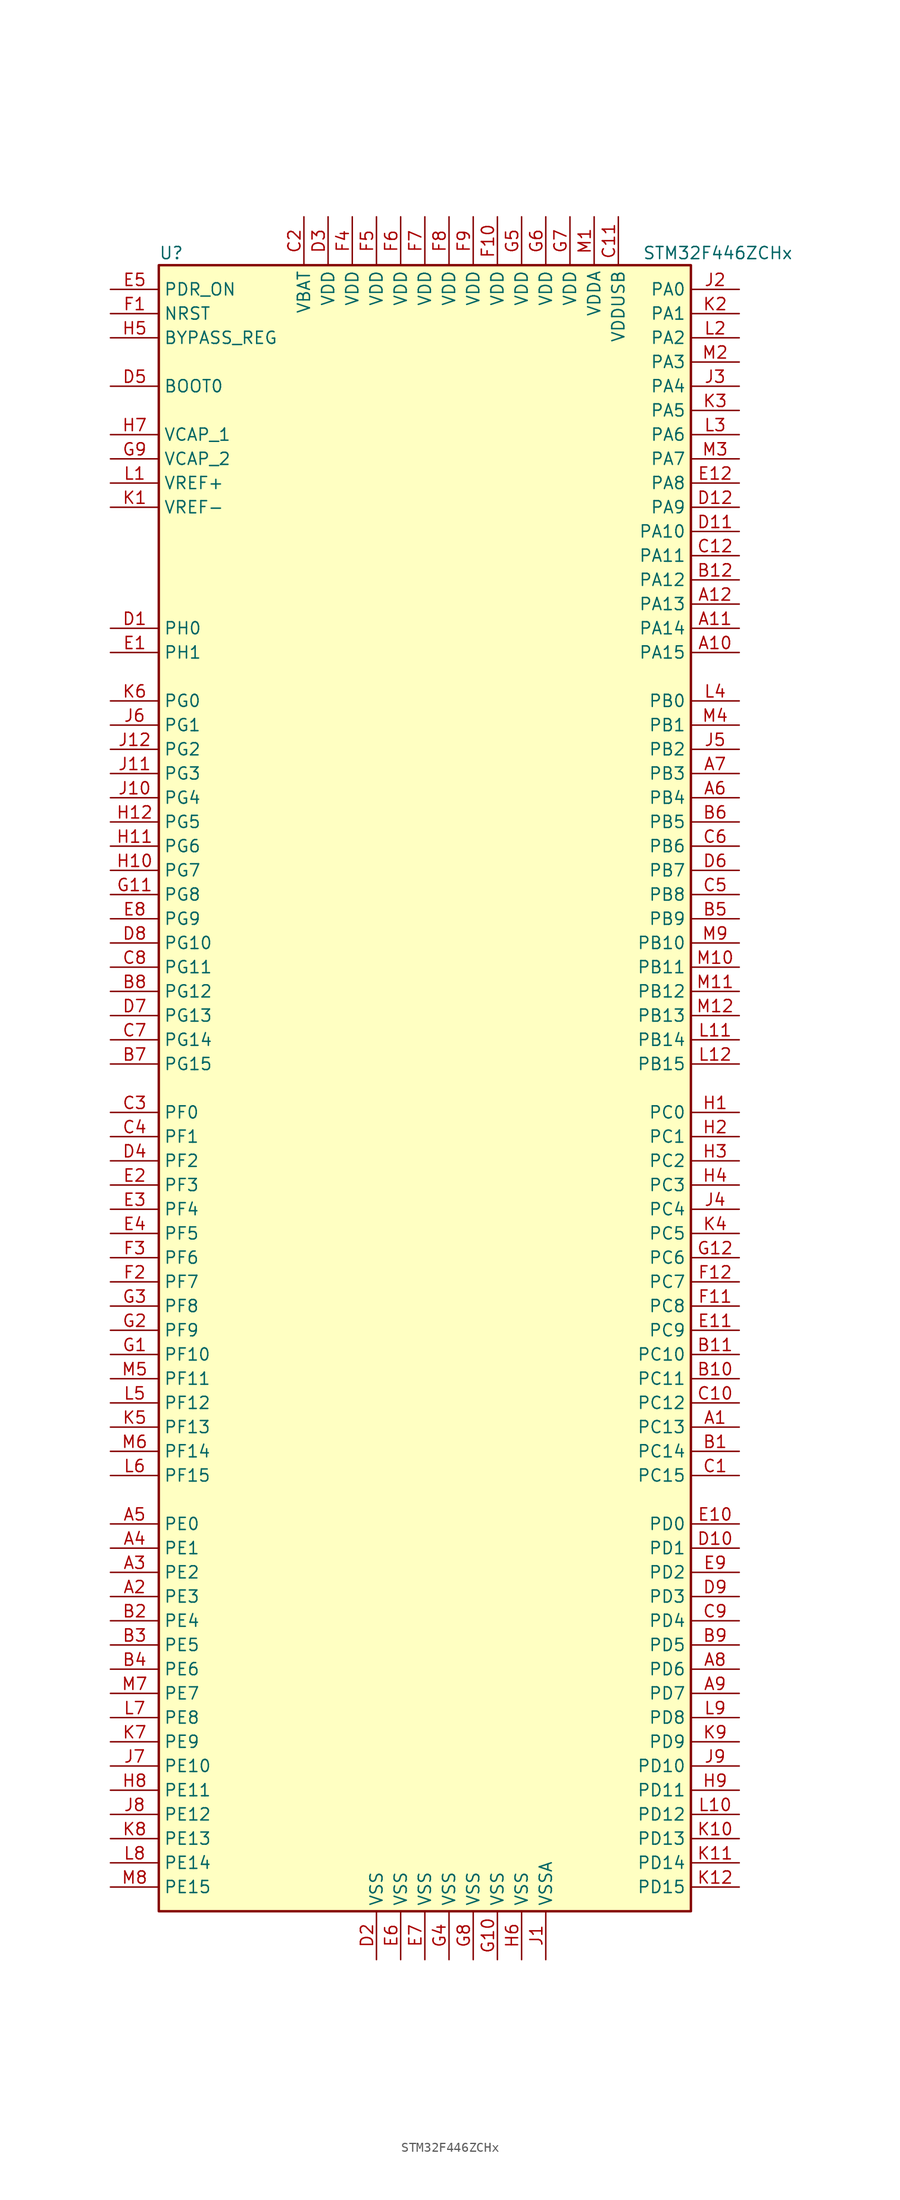
<source format=kicad_sym>
(kicad_symbol_lib
  (version 20211014)
  (generator kicad_symbol_editor)
  (symbol "STM32F446ZCHx"
    (property "Reference" "U"
      (at -27.94 87.63 0)
      (effects (font (size 1.27 1.27)) (justify left)))
    (property "Value" "STM32F446ZCHx"
      (at 22.86 87.63 0)
      (effects (font (size 1.27 1.27)) (justify left)))
    (symbol "STM32F446ZCHx_0_1"
      (rectangle (start -27.94 -86.36) (end 27.94 86.36) (stroke (width 0.254) (type default) (color 0 0 0 0)) (fill (type background))))
    (symbol "STM32F446ZCHx_1_1"
      (pin bidirectional line (at 33.02 -35.56 180) (length 5.08) (name "PC13" (effects (font (size 1.27 1.27)))) (number "A1" (effects (font (size 1.27 1.27)))))
      (pin bidirectional line (at 33.02 45.72 180) (length 5.08) (name "PA15" (effects (font (size 1.27 1.27)))) (number "A10" (effects (font (size 1.27 1.27)))))
      (pin bidirectional line (at 33.02 48.26 180) (length 5.08) (name "PA14" (effects (font (size 1.27 1.27)))) (number "A11" (effects (font (size 1.27 1.27)))))
      (pin bidirectional line (at 33.02 50.8 180) (length 5.08) (name "PA13" (effects (font (size 1.27 1.27)))) (number "A12" (effects (font (size 1.27 1.27)))))
      (pin bidirectional line (at -33.02 -53.34 0) (length 5.08) (name "PE3" (effects (font (size 1.27 1.27)))) (number "A2" (effects (font (size 1.27 1.27)))))
      (pin bidirectional line (at -33.02 -50.8 0) (length 5.08) (name "PE2" (effects (font (size 1.27 1.27)))) (number "A3" (effects (font (size 1.27 1.27)))))
      (pin bidirectional line (at -33.02 -48.26 0) (length 5.08) (name "PE1" (effects (font (size 1.27 1.27)))) (number "A4" (effects (font (size 1.27 1.27)))))
      (pin bidirectional line (at -33.02 -45.72 0) (length 5.08) (name "PE0" (effects (font (size 1.27 1.27)))) (number "A5" (effects (font (size 1.27 1.27)))))
      (pin bidirectional line (at 33.02 30.48 180) (length 5.08) (name "PB4" (effects (font (size 1.27 1.27)))) (number "A6" (effects (font (size 1.27 1.27)))))
      (pin bidirectional line (at 33.02 33.02 180) (length 5.08) (name "PB3" (effects (font (size 1.27 1.27)))) (number "A7" (effects (font (size 1.27 1.27)))))
      (pin bidirectional line (at 33.02 -60.96 180) (length 5.08) (name "PD6" (effects (font (size 1.27 1.27)))) (number "A8" (effects (font (size 1.27 1.27)))))
      (pin bidirectional line (at 33.02 -63.5 180) (length 5.08) (name "PD7" (effects (font (size 1.27 1.27)))) (number "A9" (effects (font (size 1.27 1.27)))))
      (pin bidirectional line (at 33.02 -38.1 180) (length 5.08) (name "PC14" (effects (font (size 1.27 1.27)))) (number "B1" (effects (font (size 1.27 1.27)))))
      (pin bidirectional line (at 33.02 -30.48 180) (length 5.08) (name "PC11" (effects (font (size 1.27 1.27)))) (number "B10" (effects (font (size 1.27 1.27)))))
      (pin bidirectional line (at 33.02 -27.94 180) (length 5.08) (name "PC10" (effects (font (size 1.27 1.27)))) (number "B11" (effects (font (size 1.27 1.27)))))
      (pin bidirectional line (at 33.02 53.34 180) (length 5.08) (name "PA12" (effects (font (size 1.27 1.27)))) (number "B12" (effects (font (size 1.27 1.27)))))
      (pin bidirectional line (at -33.02 -55.88 0) (length 5.08) (name "PE4" (effects (font (size 1.27 1.27)))) (number "B2" (effects (font (size 1.27 1.27)))))
      (pin bidirectional line (at -33.02 -58.42 0) (length 5.08) (name "PE5" (effects (font (size 1.27 1.27)))) (number "B3" (effects (font (size 1.27 1.27)))))
      (pin bidirectional line (at -33.02 -60.96 0) (length 5.08) (name "PE6" (effects (font (size 1.27 1.27)))) (number "B4" (effects (font (size 1.27 1.27)))))
      (pin bidirectional line (at 33.02 17.78 180) (length 5.08) (name "PB9" (effects (font (size 1.27 1.27)))) (number "B5" (effects (font (size 1.27 1.27)))))
      (pin bidirectional line (at 33.02 27.94 180) (length 5.08) (name "PB5" (effects (font (size 1.27 1.27)))) (number "B6" (effects (font (size 1.27 1.27)))))
      (pin bidirectional line (at -33.02 2.54 0) (length 5.08) (name "PG15" (effects (font (size 1.27 1.27)))) (number "B7" (effects (font (size 1.27 1.27)))))
      (pin bidirectional line (at -33.02 10.16 0) (length 5.08) (name "PG12" (effects (font (size 1.27 1.27)))) (number "B8" (effects (font (size 1.27 1.27)))))
      (pin bidirectional line (at 33.02 -58.42 180) (length 5.08) (name "PD5" (effects (font (size 1.27 1.27)))) (number "B9" (effects (font (size 1.27 1.27)))))
      (pin bidirectional line (at 33.02 -40.64 180) (length 5.08) (name "PC15" (effects (font (size 1.27 1.27)))) (number "C1" (effects (font (size 1.27 1.27)))))
      (pin bidirectional line (at 33.02 -33.02 180) (length 5.08) (name "PC12" (effects (font (size 1.27 1.27)))) (number "C10" (effects (font (size 1.27 1.27)))))
      (pin power_in line (at 20.32 91.44 270) (length 5.08) (name "VDDUSB" (effects (font (size 1.27 1.27)))) (number "C11" (effects (font (size 1.27 1.27)))))
      (pin bidirectional line (at 33.02 55.88 180) (length 5.08) (name "PA11" (effects (font (size 1.27 1.27)))) (number "C12" (effects (font (size 1.27 1.27)))))
      (pin power_in line (at -12.7 91.44 270) (length 5.08) (name "VBAT" (effects (font (size 1.27 1.27)))) (number "C2" (effects (font (size 1.27 1.27)))))
      (pin bidirectional line (at -33.02 -2.54 0) (length 5.08) (name "PF0" (effects (font (size 1.27 1.27)))) (number "C3" (effects (font (size 1.27 1.27)))))
      (pin bidirectional line (at -33.02 -5.08 0) (length 5.08) (name "PF1" (effects (font (size 1.27 1.27)))) (number "C4" (effects (font (size 1.27 1.27)))))
      (pin bidirectional line (at 33.02 20.32 180) (length 5.08) (name "PB8" (effects (font (size 1.27 1.27)))) (number "C5" (effects (font (size 1.27 1.27)))))
      (pin bidirectional line (at 33.02 25.4 180) (length 5.08) (name "PB6" (effects (font (size 1.27 1.27)))) (number "C6" (effects (font (size 1.27 1.27)))))
      (pin bidirectional line (at -33.02 5.08 0) (length 5.08) (name "PG14" (effects (font (size 1.27 1.27)))) (number "C7" (effects (font (size 1.27 1.27)))))
      (pin bidirectional line (at -33.02 12.7 0) (length 5.08) (name "PG11" (effects (font (size 1.27 1.27)))) (number "C8" (effects (font (size 1.27 1.27)))))
      (pin bidirectional line (at 33.02 -55.88 180) (length 5.08) (name "PD4" (effects (font (size 1.27 1.27)))) (number "C9" (effects (font (size 1.27 1.27)))))
      (pin input line (at -33.02 48.26 0) (length 5.08) (name "PH0" (effects (font (size 1.27 1.27)))) (number "D1" (effects (font (size 1.27 1.27)))))
      (pin bidirectional line (at 33.02 -48.26 180) (length 5.08) (name "PD1" (effects (font (size 1.27 1.27)))) (number "D10" (effects (font (size 1.27 1.27)))))
      (pin bidirectional line (at 33.02 58.42 180) (length 5.08) (name "PA10" (effects (font (size 1.27 1.27)))) (number "D11" (effects (font (size 1.27 1.27)))))
      (pin bidirectional line (at 33.02 60.96 180) (length 5.08) (name "PA9" (effects (font (size 1.27 1.27)))) (number "D12" (effects (font (size 1.27 1.27)))))
      (pin power_in line (at -5.08 -91.44 90) (length 5.08) (name "VSS" (effects (font (size 1.27 1.27)))) (number "D2" (effects (font (size 1.27 1.27)))))
      (pin power_in line (at -10.16 91.44 270) (length 5.08) (name "VDD" (effects (font (size 1.27 1.27)))) (number "D3" (effects (font (size 1.27 1.27)))))
      (pin bidirectional line (at -33.02 -7.62 0) (length 5.08) (name "PF2" (effects (font (size 1.27 1.27)))) (number "D4" (effects (font (size 1.27 1.27)))))
      (pin input line (at -33.02 73.66 0) (length 5.08) (name "BOOT0" (effects (font (size 1.27 1.27)))) (number "D5" (effects (font (size 1.27 1.27)))))
      (pin bidirectional line (at 33.02 22.86 180) (length 5.08) (name "PB7" (effects (font (size 1.27 1.27)))) (number "D6" (effects (font (size 1.27 1.27)))))
      (pin bidirectional line (at -33.02 7.62 0) (length 5.08) (name "PG13" (effects (font (size 1.27 1.27)))) (number "D7" (effects (font (size 1.27 1.27)))))
      (pin bidirectional line (at -33.02 15.24 0) (length 5.08) (name "PG10" (effects (font (size 1.27 1.27)))) (number "D8" (effects (font (size 1.27 1.27)))))
      (pin bidirectional line (at 33.02 -53.34 180) (length 5.08) (name "PD3" (effects (font (size 1.27 1.27)))) (number "D9" (effects (font (size 1.27 1.27)))))
      (pin input line (at -33.02 45.72 0) (length 5.08) (name "PH1" (effects (font (size 1.27 1.27)))) (number "E1" (effects (font (size 1.27 1.27)))))
      (pin bidirectional line (at 33.02 -45.72 180) (length 5.08) (name "PD0" (effects (font (size 1.27 1.27)))) (number "E10" (effects (font (size 1.27 1.27)))))
      (pin bidirectional line (at 33.02 -25.4 180) (length 5.08) (name "PC9" (effects (font (size 1.27 1.27)))) (number "E11" (effects (font (size 1.27 1.27)))))
      (pin bidirectional line (at 33.02 63.5 180) (length 5.08) (name "PA8" (effects (font (size 1.27 1.27)))) (number "E12" (effects (font (size 1.27 1.27)))))
      (pin bidirectional line (at -33.02 -10.16 0) (length 5.08) (name "PF3" (effects (font (size 1.27 1.27)))) (number "E2" (effects (font (size 1.27 1.27)))))
      (pin bidirectional line (at -33.02 -12.7 0) (length 5.08) (name "PF4" (effects (font (size 1.27 1.27)))) (number "E3" (effects (font (size 1.27 1.27)))))
      (pin bidirectional line (at -33.02 -15.24 0) (length 5.08) (name "PF5" (effects (font (size 1.27 1.27)))) (number "E4" (effects (font (size 1.27 1.27)))))
      (pin input line (at -33.02 83.82 0) (length 5.08) (name "PDR_ON" (effects (font (size 1.27 1.27)))) (number "E5" (effects (font (size 1.27 1.27)))))
      (pin power_in line (at -2.54 -91.44 90) (length 5.08) (name "VSS" (effects (font (size 1.27 1.27)))) (number "E6" (effects (font (size 1.27 1.27)))))
      (pin power_in line (at 0 -91.44 90) (length 5.08) (name "VSS" (effects (font (size 1.27 1.27)))) (number "E7" (effects (font (size 1.27 1.27)))))
      (pin bidirectional line (at -33.02 17.78 0) (length 5.08) (name "PG9" (effects (font (size 1.27 1.27)))) (number "E8" (effects (font (size 1.27 1.27)))))
      (pin bidirectional line (at 33.02 -50.8 180) (length 5.08) (name "PD2" (effects (font (size 1.27 1.27)))) (number "E9" (effects (font (size 1.27 1.27)))))
      (pin input line (at -33.02 81.28 0) (length 5.08) (name "NRST" (effects (font (size 1.27 1.27)))) (number "F1" (effects (font (size 1.27 1.27)))))
      (pin power_in line (at 7.62 91.44 270) (length 5.08) (name "VDD" (effects (font (size 1.27 1.27)))) (number "F10" (effects (font (size 1.27 1.27)))))
      (pin bidirectional line (at 33.02 -22.86 180) (length 5.08) (name "PC8" (effects (font (size 1.27 1.27)))) (number "F11" (effects (font (size 1.27 1.27)))))
      (pin bidirectional line (at 33.02 -20.32 180) (length 5.08) (name "PC7" (effects (font (size 1.27 1.27)))) (number "F12" (effects (font (size 1.27 1.27)))))
      (pin bidirectional line (at -33.02 -20.32 0) (length 5.08) (name "PF7" (effects (font (size 1.27 1.27)))) (number "F2" (effects (font (size 1.27 1.27)))))
      (pin bidirectional line (at -33.02 -17.78 0) (length 5.08) (name "PF6" (effects (font (size 1.27 1.27)))) (number "F3" (effects (font (size 1.27 1.27)))))
      (pin power_in line (at -7.62 91.44 270) (length 5.08) (name "VDD" (effects (font (size 1.27 1.27)))) (number "F4" (effects (font (size 1.27 1.27)))))
      (pin power_in line (at -5.08 91.44 270) (length 5.08) (name "VDD" (effects (font (size 1.27 1.27)))) (number "F5" (effects (font (size 1.27 1.27)))))
      (pin power_in line (at -2.54 91.44 270) (length 5.08) (name "VDD" (effects (font (size 1.27 1.27)))) (number "F6" (effects (font (size 1.27 1.27)))))
      (pin power_in line (at 0 91.44 270) (length 5.08) (name "VDD" (effects (font (size 1.27 1.27)))) (number "F7" (effects (font (size 1.27 1.27)))))
      (pin power_in line (at 2.54 91.44 270) (length 5.08) (name "VDD" (effects (font (size 1.27 1.27)))) (number "F8" (effects (font (size 1.27 1.27)))))
      (pin power_in line (at 5.08 91.44 270) (length 5.08) (name "VDD" (effects (font (size 1.27 1.27)))) (number "F9" (effects (font (size 1.27 1.27)))))
      (pin bidirectional line (at -33.02 -27.94 0) (length 5.08) (name "PF10" (effects (font (size 1.27 1.27)))) (number "G1" (effects (font (size 1.27 1.27)))))
      (pin power_in line (at 7.62 -91.44 90) (length 5.08) (name "VSS" (effects (font (size 1.27 1.27)))) (number "G10" (effects (font (size 1.27 1.27)))))
      (pin bidirectional line (at -33.02 20.32 0) (length 5.08) (name "PG8" (effects (font (size 1.27 1.27)))) (number "G11" (effects (font (size 1.27 1.27)))))
      (pin bidirectional line (at 33.02 -17.78 180) (length 5.08) (name "PC6" (effects (font (size 1.27 1.27)))) (number "G12" (effects (font (size 1.27 1.27)))))
      (pin bidirectional line (at -33.02 -25.4 0) (length 5.08) (name "PF9" (effects (font (size 1.27 1.27)))) (number "G2" (effects (font (size 1.27 1.27)))))
      (pin bidirectional line (at -33.02 -22.86 0) (length 5.08) (name "PF8" (effects (font (size 1.27 1.27)))) (number "G3" (effects (font (size 1.27 1.27)))))
      (pin power_in line (at 2.54 -91.44 90) (length 5.08) (name "VSS" (effects (font (size 1.27 1.27)))) (number "G4" (effects (font (size 1.27 1.27)))))
      (pin power_in line (at 10.16 91.44 270) (length 5.08) (name "VDD" (effects (font (size 1.27 1.27)))) (number "G5" (effects (font (size 1.27 1.27)))))
      (pin power_in line (at 12.7 91.44 270) (length 5.08) (name "VDD" (effects (font (size 1.27 1.27)))) (number "G6" (effects (font (size 1.27 1.27)))))
      (pin power_in line (at 15.24 91.44 270) (length 5.08) (name "VDD" (effects (font (size 1.27 1.27)))) (number "G7" (effects (font (size 1.27 1.27)))))
      (pin power_in line (at 5.08 -91.44 90) (length 5.08) (name "VSS" (effects (font (size 1.27 1.27)))) (number "G8" (effects (font (size 1.27 1.27)))))
      (pin power_in line (at -33.02 66.04 0) (length 5.08) (name "VCAP_2" (effects (font (size 1.27 1.27)))) (number "G9" (effects (font (size 1.27 1.27)))))
      (pin bidirectional line (at 33.02 -2.54 180) (length 5.08) (name "PC0" (effects (font (size 1.27 1.27)))) (number "H1" (effects (font (size 1.27 1.27)))))
      (pin bidirectional line (at -33.02 22.86 0) (length 5.08) (name "PG7" (effects (font (size 1.27 1.27)))) (number "H10" (effects (font (size 1.27 1.27)))))
      (pin bidirectional line (at -33.02 25.4 0) (length 5.08) (name "PG6" (effects (font (size 1.27 1.27)))) (number "H11" (effects (font (size 1.27 1.27)))))
      (pin bidirectional line (at -33.02 27.94 0) (length 5.08) (name "PG5" (effects (font (size 1.27 1.27)))) (number "H12" (effects (font (size 1.27 1.27)))))
      (pin bidirectional line (at 33.02 -5.08 180) (length 5.08) (name "PC1" (effects (font (size 1.27 1.27)))) (number "H2" (effects (font (size 1.27 1.27)))))
      (pin bidirectional line (at 33.02 -7.62 180) (length 5.08) (name "PC2" (effects (font (size 1.27 1.27)))) (number "H3" (effects (font (size 1.27 1.27)))))
      (pin bidirectional line (at 33.02 -10.16 180) (length 5.08) (name "PC3" (effects (font (size 1.27 1.27)))) (number "H4" (effects (font (size 1.27 1.27)))))
      (pin input line (at -33.02 78.74 0) (length 5.08) (name "BYPASS_REG" (effects (font (size 1.27 1.27)))) (number "H5" (effects (font (size 1.27 1.27)))))
      (pin power_in line (at 10.16 -91.44 90) (length 5.08) (name "VSS" (effects (font (size 1.27 1.27)))) (number "H6" (effects (font (size 1.27 1.27)))))
      (pin power_in line (at -33.02 68.58 0) (length 5.08) (name "VCAP_1" (effects (font (size 1.27 1.27)))) (number "H7" (effects (font (size 1.27 1.27)))))
      (pin bidirectional line (at -33.02 -73.66 0) (length 5.08) (name "PE11" (effects (font (size 1.27 1.27)))) (number "H8" (effects (font (size 1.27 1.27)))))
      (pin bidirectional line (at 33.02 -73.66 180) (length 5.08) (name "PD11" (effects (font (size 1.27 1.27)))) (number "H9" (effects (font (size 1.27 1.27)))))
      (pin power_in line (at 12.7 -91.44 90) (length 5.08) (name "VSSA" (effects (font (size 1.27 1.27)))) (number "J1" (effects (font (size 1.27 1.27)))))
      (pin bidirectional line (at -33.02 30.48 0) (length 5.08) (name "PG4" (effects (font (size 1.27 1.27)))) (number "J10" (effects (font (size 1.27 1.27)))))
      (pin bidirectional line (at -33.02 33.02 0) (length 5.08) (name "PG3" (effects (font (size 1.27 1.27)))) (number "J11" (effects (font (size 1.27 1.27)))))
      (pin bidirectional line (at -33.02 35.56 0) (length 5.08) (name "PG2" (effects (font (size 1.27 1.27)))) (number "J12" (effects (font (size 1.27 1.27)))))
      (pin bidirectional line (at 33.02 83.82 180) (length 5.08) (name "PA0" (effects (font (size 1.27 1.27)))) (number "J2" (effects (font (size 1.27 1.27)))))
      (pin bidirectional line (at 33.02 73.66 180) (length 5.08) (name "PA4" (effects (font (size 1.27 1.27)))) (number "J3" (effects (font (size 1.27 1.27)))))
      (pin bidirectional line (at 33.02 -12.7 180) (length 5.08) (name "PC4" (effects (font (size 1.27 1.27)))) (number "J4" (effects (font (size 1.27 1.27)))))
      (pin bidirectional line (at 33.02 35.56 180) (length 5.08) (name "PB2" (effects (font (size 1.27 1.27)))) (number "J5" (effects (font (size 1.27 1.27)))))
      (pin bidirectional line (at -33.02 38.1 0) (length 5.08) (name "PG1" (effects (font (size 1.27 1.27)))) (number "J6" (effects (font (size 1.27 1.27)))))
      (pin bidirectional line (at -33.02 -71.12 0) (length 5.08) (name "PE10" (effects (font (size 1.27 1.27)))) (number "J7" (effects (font (size 1.27 1.27)))))
      (pin bidirectional line (at -33.02 -76.2 0) (length 5.08) (name "PE12" (effects (font (size 1.27 1.27)))) (number "J8" (effects (font (size 1.27 1.27)))))
      (pin bidirectional line (at 33.02 -71.12 180) (length 5.08) (name "PD10" (effects (font (size 1.27 1.27)))) (number "J9" (effects (font (size 1.27 1.27)))))
      (pin power_in line (at -33.02 60.96 0) (length 5.08) (name "VREF-" (effects (font (size 1.27 1.27)))) (number "K1" (effects (font (size 1.27 1.27)))))
      (pin bidirectional line (at 33.02 -78.74 180) (length 5.08) (name "PD13" (effects (font (size 1.27 1.27)))) (number "K10" (effects (font (size 1.27 1.27)))))
      (pin bidirectional line (at 33.02 -81.28 180) (length 5.08) (name "PD14" (effects (font (size 1.27 1.27)))) (number "K11" (effects (font (size 1.27 1.27)))))
      (pin bidirectional line (at 33.02 -83.82 180) (length 5.08) (name "PD15" (effects (font (size 1.27 1.27)))) (number "K12" (effects (font (size 1.27 1.27)))))
      (pin bidirectional line (at 33.02 81.28 180) (length 5.08) (name "PA1" (effects (font (size 1.27 1.27)))) (number "K2" (effects (font (size 1.27 1.27)))))
      (pin bidirectional line (at 33.02 71.12 180) (length 5.08) (name "PA5" (effects (font (size 1.27 1.27)))) (number "K3" (effects (font (size 1.27 1.27)))))
      (pin bidirectional line (at 33.02 -15.24 180) (length 5.08) (name "PC5" (effects (font (size 1.27 1.27)))) (number "K4" (effects (font (size 1.27 1.27)))))
      (pin bidirectional line (at -33.02 -35.56 0) (length 5.08) (name "PF13" (effects (font (size 1.27 1.27)))) (number "K5" (effects (font (size 1.27 1.27)))))
      (pin bidirectional line (at -33.02 40.64 0) (length 5.08) (name "PG0" (effects (font (size 1.27 1.27)))) (number "K6" (effects (font (size 1.27 1.27)))))
      (pin bidirectional line (at -33.02 -68.58 0) (length 5.08) (name "PE9" (effects (font (size 1.27 1.27)))) (number "K7" (effects (font (size 1.27 1.27)))))
      (pin bidirectional line (at -33.02 -78.74 0) (length 5.08) (name "PE13" (effects (font (size 1.27 1.27)))) (number "K8" (effects (font (size 1.27 1.27)))))
      (pin bidirectional line (at 33.02 -68.58 180) (length 5.08) (name "PD9" (effects (font (size 1.27 1.27)))) (number "K9" (effects (font (size 1.27 1.27)))))
      (pin power_in line (at -33.02 63.5 0) (length 5.08) (name "VREF+" (effects (font (size 1.27 1.27)))) (number "L1" (effects (font (size 1.27 1.27)))))
      (pin bidirectional line (at 33.02 -76.2 180) (length 5.08) (name "PD12" (effects (font (size 1.27 1.27)))) (number "L10" (effects (font (size 1.27 1.27)))))
      (pin bidirectional line (at 33.02 5.08 180) (length 5.08) (name "PB14" (effects (font (size 1.27 1.27)))) (number "L11" (effects (font (size 1.27 1.27)))))
      (pin bidirectional line (at 33.02 2.54 180) (length 5.08) (name "PB15" (effects (font (size 1.27 1.27)))) (number "L12" (effects (font (size 1.27 1.27)))))
      (pin bidirectional line (at 33.02 78.74 180) (length 5.08) (name "PA2" (effects (font (size 1.27 1.27)))) (number "L2" (effects (font (size 1.27 1.27)))))
      (pin bidirectional line (at 33.02 68.58 180) (length 5.08) (name "PA6" (effects (font (size 1.27 1.27)))) (number "L3" (effects (font (size 1.27 1.27)))))
      (pin bidirectional line (at 33.02 40.64 180) (length 5.08) (name "PB0" (effects (font (size 1.27 1.27)))) (number "L4" (effects (font (size 1.27 1.27)))))
      (pin bidirectional line (at -33.02 -33.02 0) (length 5.08) (name "PF12" (effects (font (size 1.27 1.27)))) (number "L5" (effects (font (size 1.27 1.27)))))
      (pin bidirectional line (at -33.02 -40.64 0) (length 5.08) (name "PF15" (effects (font (size 1.27 1.27)))) (number "L6" (effects (font (size 1.27 1.27)))))
      (pin bidirectional line (at -33.02 -66.04 0) (length 5.08) (name "PE8" (effects (font (size 1.27 1.27)))) (number "L7" (effects (font (size 1.27 1.27)))))
      (pin bidirectional line (at -33.02 -81.28 0) (length 5.08) (name "PE14" (effects (font (size 1.27 1.27)))) (number "L8" (effects (font (size 1.27 1.27)))))
      (pin bidirectional line (at 33.02 -66.04 180) (length 5.08) (name "PD8" (effects (font (size 1.27 1.27)))) (number "L9" (effects (font (size 1.27 1.27)))))
      (pin power_in line (at 17.78 91.44 270) (length 5.08) (name "VDDA" (effects (font (size 1.27 1.27)))) (number "M1" (effects (font (size 1.27 1.27)))))
      (pin bidirectional line (at 33.02 12.7 180) (length 5.08) (name "PB11" (effects (font (size 1.27 1.27)))) (number "M10" (effects (font (size 1.27 1.27)))))
      (pin bidirectional line (at 33.02 10.16 180) (length 5.08) (name "PB12" (effects (font (size 1.27 1.27)))) (number "M11" (effects (font (size 1.27 1.27)))))
      (pin bidirectional line (at 33.02 7.62 180) (length 5.08) (name "PB13" (effects (font (size 1.27 1.27)))) (number "M12" (effects (font (size 1.27 1.27)))))
      (pin bidirectional line (at 33.02 76.2 180) (length 5.08) (name "PA3" (effects (font (size 1.27 1.27)))) (number "M2" (effects (font (size 1.27 1.27)))))
      (pin bidirectional line (at 33.02 66.04 180) (length 5.08) (name "PA7" (effects (font (size 1.27 1.27)))) (number "M3" (effects (font (size 1.27 1.27)))))
      (pin bidirectional line (at 33.02 38.1 180) (length 5.08) (name "PB1" (effects (font (size 1.27 1.27)))) (number "M4" (effects (font (size 1.27 1.27)))))
      (pin bidirectional line (at -33.02 -30.48 0) (length 5.08) (name "PF11" (effects (font (size 1.27 1.27)))) (number "M5" (effects (font (size 1.27 1.27)))))
      (pin bidirectional line (at -33.02 -38.1 0) (length 5.08) (name "PF14" (effects (font (size 1.27 1.27)))) (number "M6" (effects (font (size 1.27 1.27)))))
      (pin bidirectional line (at -33.02 -63.5 0) (length 5.08) (name "PE7" (effects (font (size 1.27 1.27)))) (number "M7" (effects (font (size 1.27 1.27)))))
      (pin bidirectional line (at -33.02 -83.82 0) (length 5.08) (name "PE15" (effects (font (size 1.27 1.27)))) (number "M8" (effects (font (size 1.27 1.27)))))
      (pin bidirectional line (at 33.02 15.24 180) (length 5.08) (name "PB10" (effects (font (size 1.27 1.27)))) (number "M9" (effects (font (size 1.27 1.27))))))))
</source>
